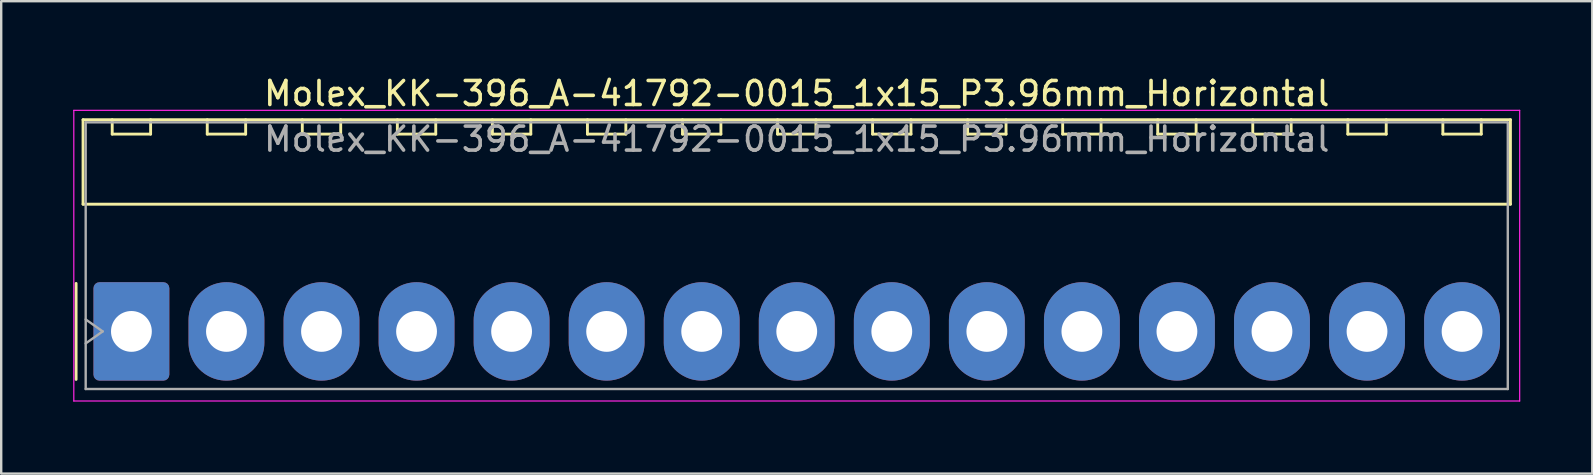
<source format=kicad_pcb>
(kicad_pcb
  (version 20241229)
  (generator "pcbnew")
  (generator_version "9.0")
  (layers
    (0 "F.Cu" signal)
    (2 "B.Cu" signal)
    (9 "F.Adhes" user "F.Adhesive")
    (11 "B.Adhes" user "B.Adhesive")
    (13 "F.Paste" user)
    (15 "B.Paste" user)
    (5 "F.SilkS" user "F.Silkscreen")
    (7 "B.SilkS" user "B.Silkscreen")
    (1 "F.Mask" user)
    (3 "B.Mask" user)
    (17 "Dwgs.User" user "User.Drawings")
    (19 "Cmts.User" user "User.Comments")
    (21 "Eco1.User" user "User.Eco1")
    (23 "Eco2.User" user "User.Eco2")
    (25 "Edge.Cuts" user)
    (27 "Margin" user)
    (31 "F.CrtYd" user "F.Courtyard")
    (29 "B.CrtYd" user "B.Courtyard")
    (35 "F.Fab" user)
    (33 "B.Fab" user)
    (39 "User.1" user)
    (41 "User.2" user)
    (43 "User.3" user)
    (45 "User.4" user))
  (footprint "Molex_KK-396_A-41792-0015_1x15_P3.96mm_Horizontal"
    (layer "F.Cu")
    (at 2.425 10.758)
    (property "Reference" "Molex_KK-396_A-41792-0015_1x15_P3.96mm_Horizontal" (at 27.72 -9.91 0) (layer "F.SilkS") (effects (font (size 1 1) (thickness 0.15))))
    (attr through_hole)
    (fp_line (start -2.305 -2) (end -2.305 2) (stroke (width 0.12) (type solid)) (layer "F.SilkS"))
    (fp_line (start -2.015 -8.82) (end 57.455 -8.82) (stroke (width 0.12) (type solid)) (layer "F.SilkS"))
    (fp_line (start -2.015 -5.3) (end -2.015 -8.82) (stroke (width 0.12) (type solid)) (layer "F.SilkS"))
    (fp_line (start -0.8 -8.82) (end -0.8 -8.22) (stroke (width 0.12) (type solid)) (layer "F.SilkS"))
    (fp_line (start -0.8 -8.22) (end 0.8 -8.22) (stroke (width 0.12) (type solid)) (layer "F.SilkS"))
    (fp_line (start 0.8 -8.22) (end 0.8 -8.82) (stroke (width 0.12) (type solid)) (layer "F.SilkS"))
    (fp_line (start 3.16 -8.82) (end 3.16 -8.22) (stroke (width 0.12) (type solid)) (layer "F.SilkS"))
    (fp_line (start 3.16 -8.22) (end 4.76 -8.22) (stroke (width 0.12) (type solid)) (layer "F.SilkS"))
    (fp_line (start 4.76 -8.22) (end 4.76 -8.82) (stroke (width 0.12) (type solid)) (layer "F.SilkS"))
    (fp_line (start 7.12 -8.82) (end 7.12 -8.22) (stroke (width 0.12) (type solid)) (layer "F.SilkS"))
    (fp_line (start 7.12 -8.22) (end 8.72 -8.22) (stroke (width 0.12) (type solid)) (layer "F.SilkS"))
    (fp_line (start 8.72 -8.22) (end 8.72 -8.82) (stroke (width 0.12) (type solid)) (layer "F.SilkS"))
    (fp_line (start 11.08 -8.82) (end 11.08 -8.22) (stroke (width 0.12) (type solid)) (layer "F.SilkS"))
    (fp_line (start 11.08 -8.22) (end 12.68 -8.22) (stroke (width 0.12) (type solid)) (layer "F.SilkS"))
    (fp_line (start 12.68 -8.22) (end 12.68 -8.82) (stroke (width 0.12) (type solid)) (layer "F.SilkS"))
    (fp_line (start 15.04 -8.82) (end 15.04 -8.22) (stroke (width 0.12) (type solid)) (layer "F.SilkS"))
    (fp_line (start 15.04 -8.22) (end 16.64 -8.22) (stroke (width 0.12) (type solid)) (layer "F.SilkS"))
    (fp_line (start 16.64 -8.22) (end 16.64 -8.82) (stroke (width 0.12) (type solid)) (layer "F.SilkS"))
    (fp_line (start 19 -8.82) (end 19 -8.22) (stroke (width 0.12) (type solid)) (layer "F.SilkS"))
    (fp_line (start 19 -8.22) (end 20.6 -8.22) (stroke (width 0.12) (type solid)) (layer "F.SilkS"))
    (fp_line (start 20.6 -8.22) (end 20.6 -8.82) (stroke (width 0.12) (type solid)) (layer "F.SilkS"))
    (fp_line (start 22.96 -8.82) (end 22.96 -8.22) (stroke (width 0.12) (type solid)) (layer "F.SilkS"))
    (fp_line (start 22.96 -8.22) (end 24.56 -8.22) (stroke (width 0.12) (type solid)) (layer "F.SilkS"))
    (fp_line (start 24.56 -8.22) (end 24.56 -8.82) (stroke (width 0.12) (type solid)) (layer "F.SilkS"))
    (fp_line (start 26.92 -8.82) (end 26.92 -8.22) (stroke (width 0.12) (type solid)) (layer "F.SilkS"))
    (fp_line (start 26.92 -8.22) (end 28.52 -8.22) (stroke (width 0.12) (type solid)) (layer "F.SilkS"))
    (fp_line (start 28.52 -8.22) (end 28.52 -8.82) (stroke (width 0.12) (type solid)) (layer "F.SilkS"))
    (fp_line (start 30.88 -8.82) (end 30.88 -8.22) (stroke (width 0.12) (type solid)) (layer "F.SilkS"))
    (fp_line (start 30.88 -8.22) (end 32.48 -8.22) (stroke (width 0.12) (type solid)) (layer "F.SilkS"))
    (fp_line (start 32.48 -8.22) (end 32.48 -8.82) (stroke (width 0.12) (type solid)) (layer "F.SilkS"))
    (fp_line (start 34.84 -8.82) (end 34.84 -8.22) (stroke (width 0.12) (type solid)) (layer "F.SilkS"))
    (fp_line (start 34.84 -8.22) (end 36.44 -8.22) (stroke (width 0.12) (type solid)) (layer "F.SilkS"))
    (fp_line (start 36.44 -8.22) (end 36.44 -8.82) (stroke (width 0.12) (type solid)) (layer "F.SilkS"))
    (fp_line (start 38.8 -8.82) (end 38.8 -8.22) (stroke (width 0.12) (type solid)) (layer "F.SilkS"))
    (fp_line (start 38.8 -8.22) (end 40.4 -8.22) (stroke (width 0.12) (type solid)) (layer "F.SilkS"))
    (fp_line (start 40.4 -8.22) (end 40.4 -8.82) (stroke (width 0.12) (type solid)) (layer "F.SilkS"))
    (fp_line (start 42.76 -8.82) (end 42.76 -8.22) (stroke (width 0.12) (type solid)) (layer "F.SilkS"))
    (fp_line (start 42.76 -8.22) (end 44.36 -8.22) (stroke (width 0.12) (type solid)) (layer "F.SilkS"))
    (fp_line (start 44.36 -8.22) (end 44.36 -8.82) (stroke (width 0.12) (type solid)) (layer "F.SilkS"))
    (fp_line (start 46.72 -8.82) (end 46.72 -8.22) (stroke (width 0.12) (type solid)) (layer "F.SilkS"))
    (fp_line (start 46.72 -8.22) (end 48.32 -8.22) (stroke (width 0.12) (type solid)) (layer "F.SilkS"))
    (fp_line (start 48.32 -8.22) (end 48.32 -8.82) (stroke (width 0.12) (type solid)) (layer "F.SilkS"))
    (fp_line (start 50.68 -8.82) (end 50.68 -8.22) (stroke (width 0.12) (type solid)) (layer "F.SilkS"))
    (fp_line (start 50.68 -8.22) (end 52.28 -8.22) (stroke (width 0.12) (type solid)) (layer "F.SilkS"))
    (fp_line (start 52.28 -8.22) (end 52.28 -8.82) (stroke (width 0.12) (type solid)) (layer "F.SilkS"))
    (fp_line (start 54.64 -8.82) (end 54.64 -8.22) (stroke (width 0.12) (type solid)) (layer "F.SilkS"))
    (fp_line (start 54.64 -8.22) (end 56.24 -8.22) (stroke (width 0.12) (type solid)) (layer "F.SilkS"))
    (fp_line (start 56.24 -8.22) (end 56.24 -8.82) (stroke (width 0.12) (type solid)) (layer "F.SilkS"))
    (fp_line (start 57.455 -8.82) (end 57.455 -5.3) (stroke (width 0.12) (type solid)) (layer "F.SilkS"))
    (fp_line (start 57.455 -5.3) (end -2.015 -5.3) (stroke (width 0.12) (type solid)) (layer "F.SilkS"))
    (fp_line (start -2.4 -9.21) (end -2.4 2.9) (stroke (width 0.05) (type solid)) (layer "F.CrtYd"))
    (fp_line (start -2.4 2.9) (end 57.84 2.9) (stroke (width 0.05) (type solid)) (layer "F.CrtYd"))
    (fp_line (start 57.84 -9.21) (end -2.4 -9.21) (stroke (width 0.05) (type solid)) (layer "F.CrtYd"))
    (fp_line (start 57.84 2.9) (end 57.84 -9.21) (stroke (width 0.05) (type solid)) (layer "F.CrtYd"))
    (fp_line (start -1.905 -8.71) (end 57.345 -8.71) (stroke (width 0.1) (type solid)) (layer "F.Fab"))
    (fp_line (start -1.905 -0.5) (end -1.198 0) (stroke (width 0.1) (type solid)) (layer "F.Fab"))
    (fp_line (start -1.905 2.4) (end -1.905 -8.71) (stroke (width 0.1) (type solid)) (layer "F.Fab"))
    (fp_line (start -1.198 0) (end -1.905 0.5) (stroke (width 0.1) (type solid)) (layer "F.Fab"))
    (fp_line (start 57.345 -8.71) (end 57.345 2.4) (stroke (width 0.1) (type solid)) (layer "F.Fab"))
    (fp_line (start 57.345 2.4) (end -1.905 2.4) (stroke (width 0.1) (type solid)) (layer "F.Fab"))
    (fp_text user "${REFERENCE}" (at 27.72 -8.01 0) (layer "F.Fab") (effects (font (size 1 1) (thickness 0.15))))
    (pad "1" thru_hole roundrect (at 0 0) (size 3.16 4.1) (drill 1.7) (layers "*.Cu" "*.Mask") (roundrect_rratio 0.079))
    (pad "2" thru_hole oval (at 3.96 0) (size 3.16 4.1) (drill 1.7) (layers "*.Cu" "*.Mask"))
    (pad "3" thru_hole oval (at 7.92 0) (size 3.16 4.1) (drill 1.7) (layers "*.Cu" "*.Mask"))
    (pad "4" thru_hole oval (at 11.88 0) (size 3.16 4.1) (drill 1.7) (layers "*.Cu" "*.Mask"))
    (pad "5" thru_hole oval (at 15.84 0) (size 3.16 4.1) (drill 1.7) (layers "*.Cu" "*.Mask"))
    (pad "6" thru_hole oval (at 19.8 0) (size 3.16 4.1) (drill 1.7) (layers "*.Cu" "*.Mask"))
    (pad "7" thru_hole oval (at 23.76 0) (size 3.16 4.1) (drill 1.7) (layers "*.Cu" "*.Mask"))
    (pad "8" thru_hole oval (at 27.72 0) (size 3.16 4.1) (drill 1.7) (layers "*.Cu" "*.Mask"))
    (pad "9" thru_hole oval (at 31.68 0) (size 3.16 4.1) (drill 1.7) (layers "*.Cu" "*.Mask"))
    (pad "10" thru_hole oval (at 35.64 0) (size 3.16 4.1) (drill 1.7) (layers "*.Cu" "*.Mask"))
    (pad "11" thru_hole oval (at 39.6 0) (size 3.16 4.1) (drill 1.7) (layers "*.Cu" "*.Mask"))
    (pad "12" thru_hole oval (at 43.56 0) (size 3.16 4.1) (drill 1.7) (layers "*.Cu" "*.Mask"))
    (pad "13" thru_hole oval (at 47.52 0) (size 3.16 4.1) (drill 1.7) (layers "*.Cu" "*.Mask"))
    (pad "14" thru_hole oval (at 51.48 0) (size 3.16 4.1) (drill 1.7) (layers "*.Cu" "*.Mask"))
    (pad "15" thru_hole oval (at 55.44 0) (size 3.16 4.1) (drill 1.7) (layers "*.Cu" "*.Mask")))
  (gr_rect
    (start -3 -3)
    (end 63.29 16.683)
    (stroke (width 0.1) (type default))
    (fill no)
    (layer "Edge.Cuts")))
</source>
